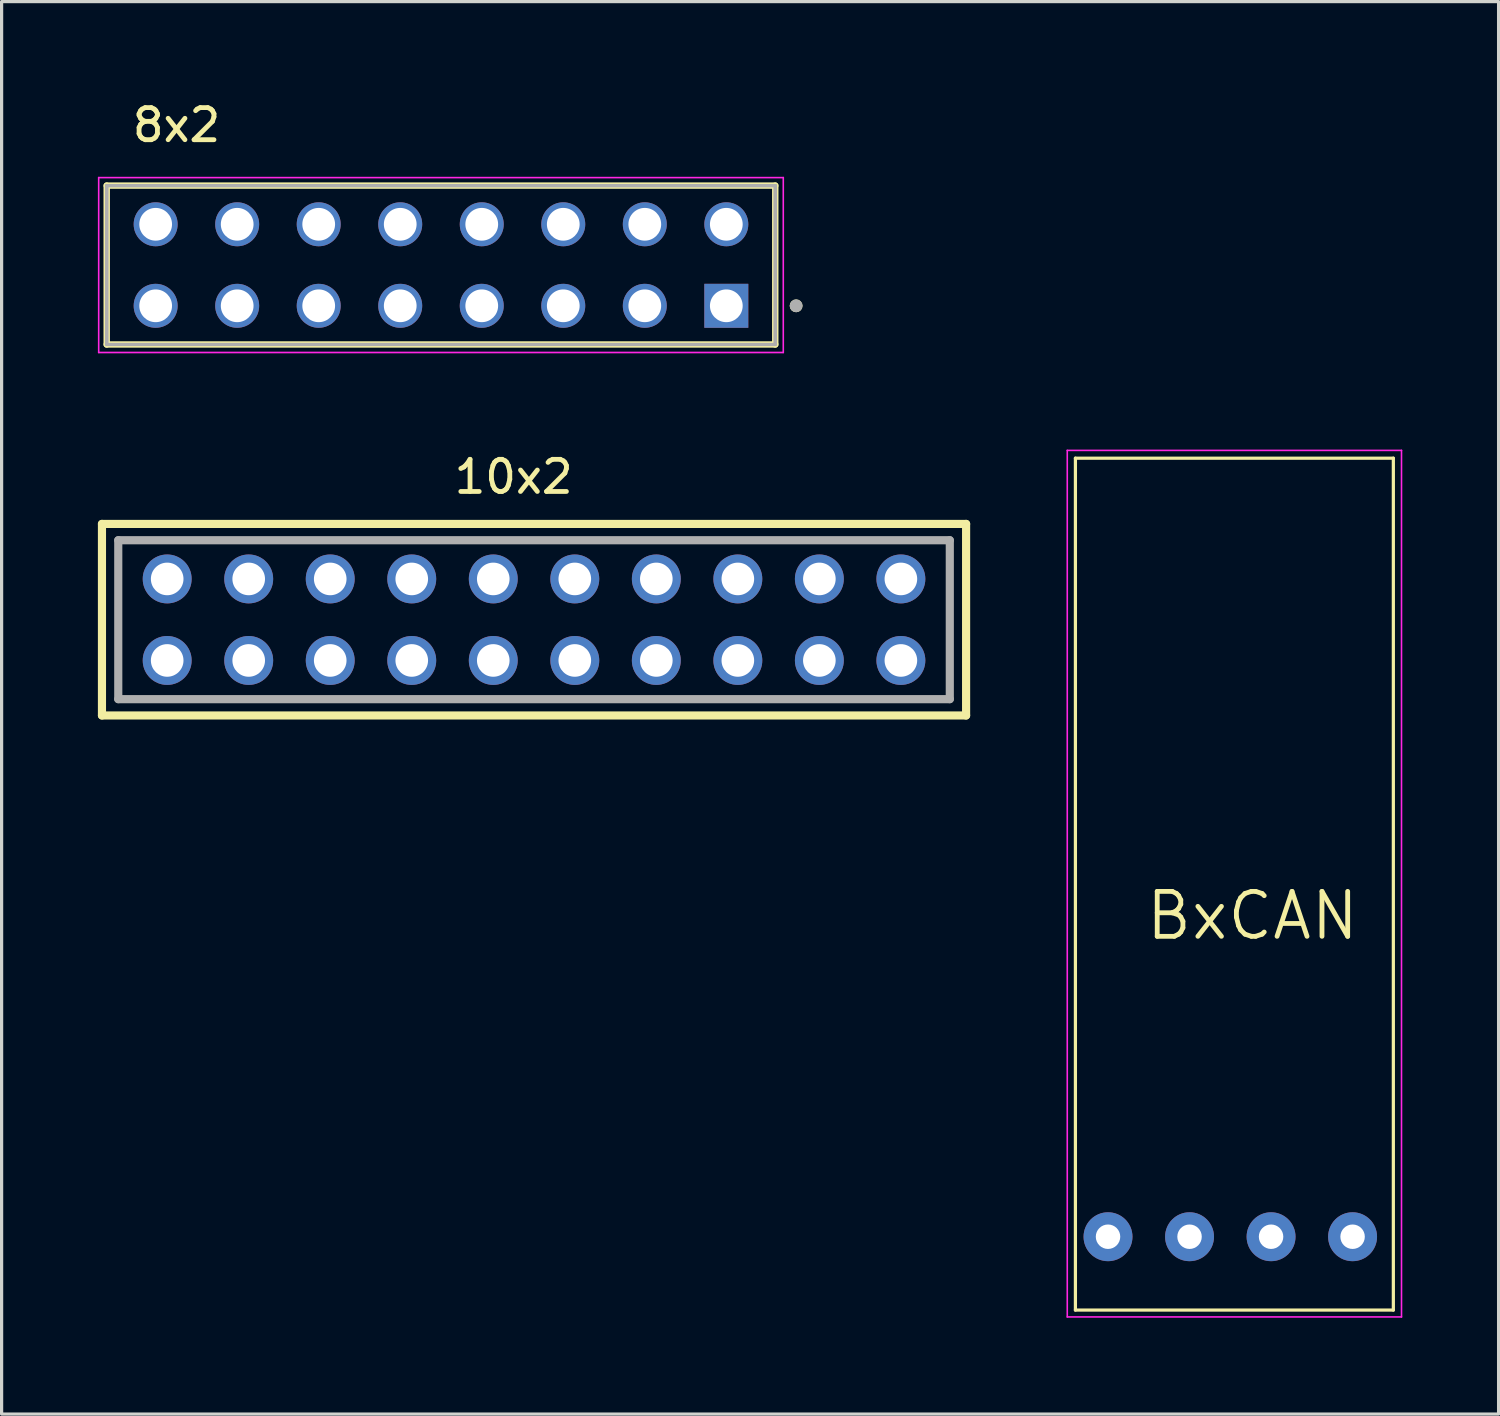
<source format=kicad_pcb>
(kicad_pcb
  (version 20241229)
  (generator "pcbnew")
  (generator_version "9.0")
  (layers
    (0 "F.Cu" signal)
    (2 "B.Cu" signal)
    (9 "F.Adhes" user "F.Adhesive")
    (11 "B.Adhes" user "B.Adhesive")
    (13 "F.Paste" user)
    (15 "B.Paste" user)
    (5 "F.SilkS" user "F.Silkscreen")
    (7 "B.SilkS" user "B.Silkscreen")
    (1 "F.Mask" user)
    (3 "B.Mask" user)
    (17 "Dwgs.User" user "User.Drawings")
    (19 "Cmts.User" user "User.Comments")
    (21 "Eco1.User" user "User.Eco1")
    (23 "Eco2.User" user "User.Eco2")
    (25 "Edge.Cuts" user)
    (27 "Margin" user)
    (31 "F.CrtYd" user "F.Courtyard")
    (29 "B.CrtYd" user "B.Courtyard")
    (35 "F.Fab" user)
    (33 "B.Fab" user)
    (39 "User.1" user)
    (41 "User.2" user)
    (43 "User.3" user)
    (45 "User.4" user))
  (footprint "8x2"
    (layer "F.Cu")
    (at 19.58 6.478)
    (property "Reference" "8x2" (at -17.13 -5.63 0) (layer "F.SilkS") (effects (font (size 1 1) (thickness 0.15))))
    (attr through_hole)
    (fp_line (start -19.305 1.205) (end -19.305 -3.745) (stroke (width 0.2) (type solid)) (layer "F.SilkS"))
    (fp_line (start 1.525 -3.745) (end -19.305 -3.745) (stroke (width 0.2) (type solid)) (layer "F.SilkS"))
    (fp_line (start 1.525 -3.745) (end 1.525 1.205) (stroke (width 0.2) (type solid)) (layer "F.SilkS"))
    (fp_line (start 1.525 1.205) (end -19.305 1.205) (stroke (width 0.2) (type solid)) (layer "F.SilkS"))
    (fp_circle (center 2.175 0) (end 2.275 0) (stroke (width 0.2) (type solid)) (fill no) (layer "F.SilkS"))
    (fp_line (start -19.555 -3.995) (end 1.775 -3.995) (stroke (width 0.05) (type solid)) (layer "F.CrtYd"))
    (fp_line (start -19.555 1.455) (end -19.555 -3.995) (stroke (width 0.05) (type solid)) (layer "F.CrtYd"))
    (fp_line (start 1.775 -3.995) (end 1.775 1.455) (stroke (width 0.05) (type solid)) (layer "F.CrtYd"))
    (fp_line (start 1.775 1.455) (end -19.555 1.455) (stroke (width 0.05) (type solid)) (layer "F.CrtYd"))
    (fp_line (start -19.305 -3.745) (end 1.525 -3.745) (stroke (width 0.1) (type solid)) (layer "F.Fab"))
    (fp_line (start -19.305 -3.745) (end 1.525 -3.745) (stroke (width 0.1) (type solid)) (layer "F.Fab"))
    (fp_line (start -19.305 1.205) (end -19.305 -3.745) (stroke (width 0.1) (type solid)) (layer "F.Fab"))
    (fp_line (start -19.305 1.205) (end -19.305 -3.745) (stroke (width 0.1) (type solid)) (layer "F.Fab"))
    (fp_line (start 1.525 -3.745) (end 1.525 1.205) (stroke (width 0.1) (type solid)) (layer "F.Fab"))
    (fp_line (start 1.525 -3.745) (end 1.525 1.205) (stroke (width 0.1) (type solid)) (layer "F.Fab"))
    (fp_line (start 1.525 1.205) (end -19.305 1.205) (stroke (width 0.1) (type solid)) (layer "F.Fab"))
    (fp_circle (center 2.175 0) (end 2.275 0) (stroke (width 0.2) (type solid)) (fill no) (layer "F.Fab"))
    (pad "01" thru_hole rect (at 0 0) (size 1.37 1.37) (drill 1.02) (layers "*.Cu" "*.Mask"))
    (pad "02" thru_hole circle (at 0 -2.54) (size 1.37 1.37) (drill 1.02) (layers "*.Cu" "*.Mask"))
    (pad "03" thru_hole circle (at -2.54 0) (size 1.37 1.37) (drill 1.02) (layers "*.Cu" "*.Mask"))
    (pad "04" thru_hole circle (at -2.54 -2.54) (size 1.37 1.37) (drill 1.02) (layers "*.Cu" "*.Mask"))
    (pad "05" thru_hole circle (at -5.08 0) (size 1.37 1.37) (drill 1.02) (layers "*.Cu" "*.Mask"))
    (pad "06" thru_hole circle (at -5.08 -2.54) (size 1.37 1.37) (drill 1.02) (layers "*.Cu" "*.Mask"))
    (pad "07" thru_hole circle (at -7.62 0) (size 1.37 1.37) (drill 1.02) (layers "*.Cu" "*.Mask"))
    (pad "08" thru_hole circle (at -7.62 -2.54) (size 1.37 1.37) (drill 1.02) (layers "*.Cu" "*.Mask"))
    (pad "09" thru_hole circle (at -10.16 0) (size 1.37 1.37) (drill 1.02) (layers "*.Cu" "*.Mask"))
    (pad "10" thru_hole circle (at -10.16 -2.54) (size 1.37 1.37) (drill 1.02) (layers "*.Cu" "*.Mask"))
    (pad "11" thru_hole circle (at -12.7 0) (size 1.37 1.37) (drill 1.02) (layers "*.Cu" "*.Mask"))
    (pad "12" thru_hole circle (at -12.7 -2.54) (size 1.37 1.37) (drill 1.02) (layers "*.Cu" "*.Mask"))
    (pad "13" thru_hole circle (at -15.24 0) (size 1.37 1.37) (drill 1.02) (layers "*.Cu" "*.Mask"))
    (pad "14" thru_hole circle (at -15.24 -2.54) (size 1.37 1.37) (drill 1.02) (layers "*.Cu" "*.Mask"))
    (pad "15" thru_hole circle (at -17.78 0) (size 1.37 1.37) (drill 1.02) (layers "*.Cu" "*.Mask"))
    (pad "16" thru_hole circle (at -17.78 -2.54) (size 1.37 1.37) (drill 1.02) (layers "*.Cu" "*.Mask")))
  (footprint "BxCAN"
    (layer "F.Cu")
    (at 31.473 35.483)
    (property "Reference" "BxCAN" (at 4.5 -10 0) (layer "F.SilkS") (effects (font (size 1.4 1.4) (thickness 0.15))))
    (attr through_hole)
    (fp_line (start -1.016 -24.257) (end 8.89 -24.257) (stroke (width 0.1) (type default)) (layer "F.SilkS"))
    (fp_line (start -1.016 2.286) (end -1.016 -24.257) (stroke (width 0.1) (type default)) (layer "F.SilkS"))
    (fp_line (start 8.89 -24.257) (end 8.89 2.286) (stroke (width 0.1) (type default)) (layer "F.SilkS"))
    (fp_line (start 8.89 2.286) (end -1.016 2.286) (stroke (width 0.1) (type default)) (layer "F.SilkS"))
    (fp_line (start -1.27 -24.5) (end -1.27 2.5) (stroke (width 0.05) (type default)) (layer "F.CrtYd"))
    (fp_line (start 9.144 -24.5) (end -1.27 -24.5) (stroke (width 0.05) (type default)) (layer "F.CrtYd"))
    (fp_line (start 9.144 -24.5) (end 9.144 2.5) (stroke (width 0.05) (type default)) (layer "F.CrtYd"))
    (fp_line (start 9.144 2.5) (end -1.27 2.5) (stroke (width 0.05) (type default)) (layer "F.CrtYd"))
    (pad "1" thru_hole circle (at 0 0) (size 1.524 1.524) (drill 0.762) (layers "*.Cu" "*.Mask"))
    (pad "2" thru_hole circle (at 2.54 0) (size 1.524 1.524) (drill 0.762) (layers "*.Cu" "*.Mask"))
    (pad "3" thru_hole circle (at 5.08 0) (size 1.524 1.524) (drill 0.762) (layers "*.Cu" "*.Mask"))
    (pad "4" thru_hole circle (at 7.62 0) (size 1.524 1.524) (drill 0.762) (layers "*.Cu" "*.Mask")))
  (footprint "10x2"
    (layer "F.Cu")
    (at 13.589 16.258)
    (property "Reference" "10x2" (at -0.636 -4.451 0) (layer "F.SilkS") (effects (font (size 1.001 1.001) (thickness 0.15))))
    (attr through_hole)
    (fp_line (start -13.462 -2.984) (end 13.462 -2.984) (stroke (width 0.254) (type solid)) (layer "F.SilkS"))
    (fp_line (start -13.462 2.984) (end -13.462 -2.984) (stroke (width 0.254) (type solid)) (layer "F.SilkS"))
    (fp_line (start 13.462 -2.984) (end 13.462 2.984) (stroke (width 0.254) (type solid)) (layer "F.SilkS"))
    (fp_line (start 13.462 2.984) (end -13.462 2.984) (stroke (width 0.254) (type solid)) (layer "F.SilkS"))
    (fp_line (start -12.954 -2.476) (end 12.954 -2.476) (stroke (width 0.254) (type solid)) (layer "F.Fab"))
    (fp_line (start -12.954 2.476) (end -12.954 -2.476) (stroke (width 0.254) (type solid)) (layer "F.Fab"))
    (fp_line (start 12.954 -2.476) (end 12.954 2.476) (stroke (width 0.254) (type solid)) (layer "F.Fab"))
    (fp_line (start 12.954 2.476) (end -12.954 2.476) (stroke (width 0.254) (type solid)) (layer "F.Fab"))
    (pad "1" thru_hole circle (at -11.43 -1.27) (size 1.524 1.524) (drill 1.016) (layers "*.Cu" "*.Mask"))
    (pad "2" thru_hole circle (at -11.43 1.27) (size 1.524 1.524) (drill 1.016) (layers "*.Cu" "*.Mask"))
    (pad "3" thru_hole circle (at -8.89 -1.27) (size 1.524 1.524) (drill 1.016) (layers "*.Cu" "*.Mask"))
    (pad "4" thru_hole circle (at -8.89 1.27) (size 1.524 1.524) (drill 1.016) (layers "*.Cu" "*.Mask"))
    (pad "5" thru_hole circle (at -6.35 -1.27) (size 1.524 1.524) (drill 1.016) (layers "*.Cu" "*.Mask"))
    (pad "6" thru_hole circle (at -6.35 1.27) (size 1.524 1.524) (drill 1.016) (layers "*.Cu" "*.Mask"))
    (pad "7" thru_hole circle (at -3.81 -1.27) (size 1.524 1.524) (drill 1.016) (layers "*.Cu" "*.Mask"))
    (pad "8" thru_hole circle (at -3.81 1.27) (size 1.524 1.524) (drill 1.016) (layers "*.Cu" "*.Mask"))
    (pad "9" thru_hole circle (at -1.27 -1.27) (size 1.524 1.524) (drill 1.016) (layers "*.Cu" "*.Mask"))
    (pad "10" thru_hole circle (at -1.27 1.27) (size 1.524 1.524) (drill 1.016) (layers "*.Cu" "*.Mask"))
    (pad "11" thru_hole circle (at 1.27 -1.27) (size 1.524 1.524) (drill 1.016) (layers "*.Cu" "*.Mask"))
    (pad "12" thru_hole circle (at 1.27 1.27) (size 1.524 1.524) (drill 1.016) (layers "*.Cu" "*.Mask"))
    (pad "13" thru_hole circle (at 3.81 -1.27) (size 1.524 1.524) (drill 1.016) (layers "*.Cu" "*.Mask"))
    (pad "14" thru_hole circle (at 3.81 1.27) (size 1.524 1.524) (drill 1.016) (layers "*.Cu" "*.Mask"))
    (pad "15" thru_hole circle (at 6.35 -1.27) (size 1.524 1.524) (drill 1.016) (layers "*.Cu" "*.Mask"))
    (pad "16" thru_hole circle (at 6.35 1.27) (size 1.524 1.524) (drill 1.016) (layers "*.Cu" "*.Mask"))
    (pad "17" thru_hole circle (at 8.89 -1.27) (size 1.524 1.524) (drill 1.016) (layers "*.Cu" "*.Mask"))
    (pad "18" thru_hole circle (at 8.89 1.27) (size 1.524 1.524) (drill 1.016) (layers "*.Cu" "*.Mask"))
    (pad "19" thru_hole circle (at 11.43 -1.27) (size 1.524 1.524) (drill 1.016) (layers "*.Cu" "*.Mask"))
    (pad "20" thru_hole circle (at 11.43 1.27) (size 1.524 1.524) (drill 1.016) (layers "*.Cu" "*.Mask")))
  (gr_rect
    (start -3 -3)
    (end 43.642 41.008)
    (stroke (width 0.1) (type default))
    (fill no)
    (layer "Edge.Cuts")))
</source>
